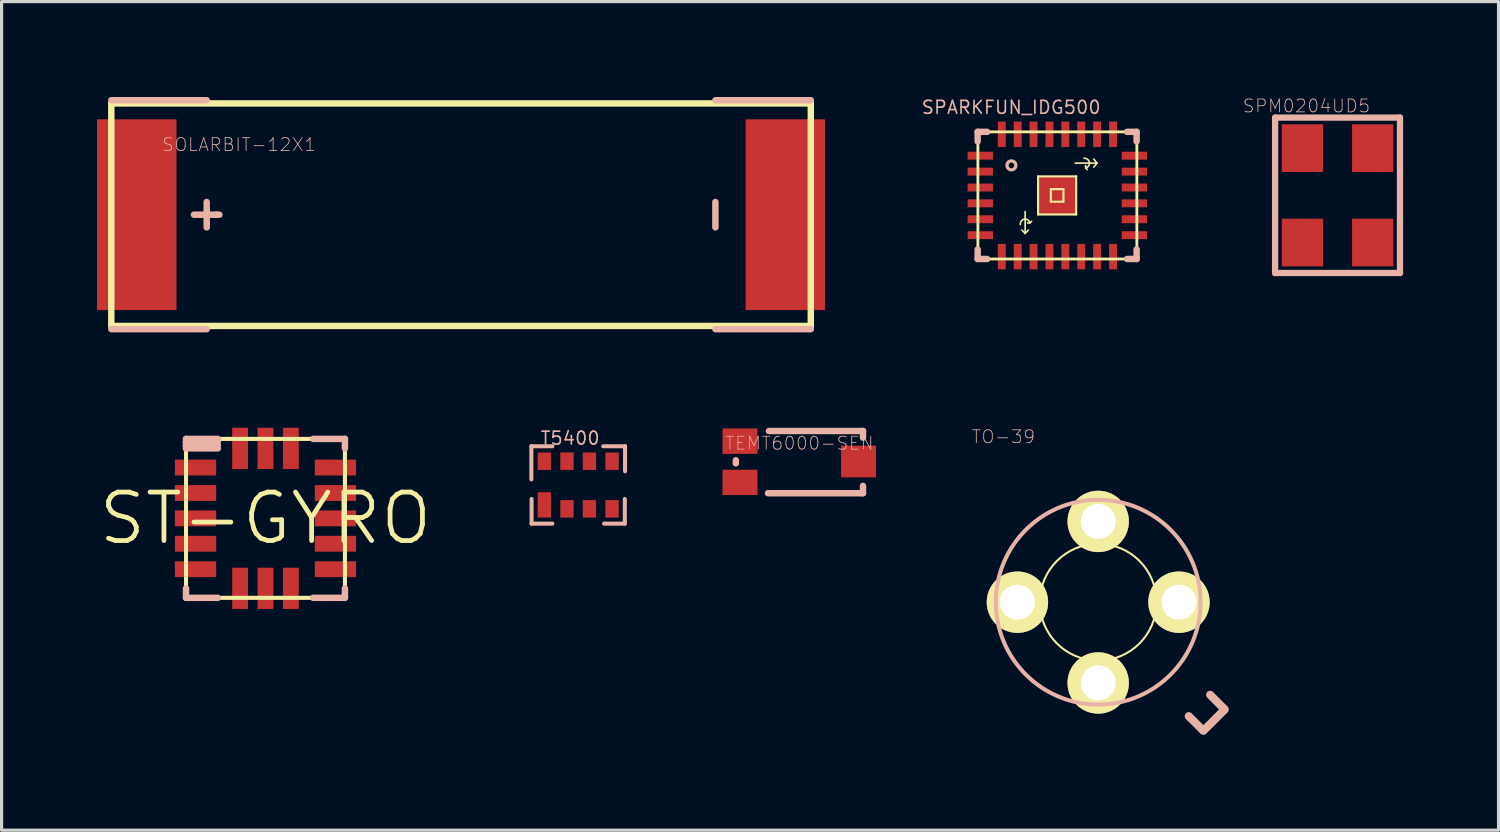
<source format=kicad_pcb>
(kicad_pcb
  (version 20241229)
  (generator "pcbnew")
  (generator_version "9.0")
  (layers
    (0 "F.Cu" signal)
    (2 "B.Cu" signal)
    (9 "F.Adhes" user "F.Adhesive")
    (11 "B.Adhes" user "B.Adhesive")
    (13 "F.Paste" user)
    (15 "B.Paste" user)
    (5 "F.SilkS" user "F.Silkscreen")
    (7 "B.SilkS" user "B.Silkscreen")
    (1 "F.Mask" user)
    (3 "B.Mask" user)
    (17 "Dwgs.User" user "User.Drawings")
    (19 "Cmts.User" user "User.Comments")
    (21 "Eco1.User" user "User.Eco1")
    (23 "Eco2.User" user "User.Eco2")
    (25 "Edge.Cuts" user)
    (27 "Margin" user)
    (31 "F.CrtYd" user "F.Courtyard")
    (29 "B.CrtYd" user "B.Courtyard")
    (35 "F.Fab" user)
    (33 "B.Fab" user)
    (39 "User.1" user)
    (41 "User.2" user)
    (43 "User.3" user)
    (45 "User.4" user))
  (footprint "TO-39"
    (layer "F.Cu")
    (at 31.483 15.886)
    (property "Reference" "TO-39" (at -2.982 -5.202 0) (layer "B.SilkS") (effects (font (size 0.406 0.406) (thickness 0.025))))
    (attr exclude_from_pos_files exclude_from_bom)
    (fp_line (start 2.847 3.584) (end 3.272 4.008) (stroke (width 0.127) (type solid)) (layer "F.SilkS"))
    (fp_line (start 3.52 2.913) (end 3.945 3.338) (stroke (width 0.127) (type solid)) (layer "F.SilkS"))
    (fp_line (start 3.98 3.373) (end 3.307 4.044) (stroke (width 0.127) (type solid)) (layer "F.SilkS"))
    (fp_circle (center -2.54 0) (end -3.048 0.508) (stroke (width 0) (type solid)) (fill yes) (layer "F.SilkS"))
    (fp_circle (center 0 -2.54) (end -0.508 -3.048) (stroke (width 0) (type solid)) (fill yes) (layer "F.SilkS"))
    (fp_circle (center 0 0) (end -2.273 2.273) (stroke (width 0.064) (type solid)) (fill no) (layer "F.SilkS"))
    (fp_circle (center 0 0) (end -1.298 1.298) (stroke (width 0.064) (type solid)) (fill no) (layer "F.SilkS"))
    (fp_circle (center 0 2.54) (end -0.508 3.048) (stroke (width 0) (type solid)) (fill yes) (layer "F.SilkS"))
    (fp_circle (center 2.54 0) (end 3.048 0.508) (stroke (width 0) (type solid)) (fill yes) (layer "F.SilkS"))
    (fp_line (start 2.847 3.584) (end 3.272 4.008) (stroke (width 0.254) (type solid)) (layer "B.SilkS"))
    (fp_line (start 3.52 2.913) (end 3.945 3.338) (stroke (width 0.254) (type solid)) (layer "B.SilkS"))
    (fp_line (start 3.98 3.373) (end 3.307 4.044) (stroke (width 0.254) (type solid)) (layer "B.SilkS"))
    (fp_circle (center 0 0) (end -2.276 2.276) (stroke (width 0.127) (type solid)) (fill no) (layer "B.SilkS"))
    (pad "1" thru_hole circle (at 2.54 0) (size 1.93 1.93) (drill 1.1) (layers "*.Cu" "F.Mask" "F.SilkS" "F.Paste"))
    (pad "2" thru_hole circle (at 0 -2.54) (size 1.93 1.93) (drill 1.1) (layers "*.Cu" "F.Mask" "F.SilkS" "F.Paste"))
    (pad "3" thru_hole circle (at -2.54 0) (size 1.93 1.93) (drill 1.1) (layers "*.Cu" "F.Mask" "F.SilkS" "F.Paste"))
    (pad "4" thru_hole circle (at 0 2.54) (size 1.93 1.93) (drill 1.1) (layers "*.Cu" "F.Mask" "F.SilkS" "F.Paste")))
  (footprint "SOLARBIT-12X1"
    (layer "F.Cu")
    (at 11.448 3.701)
    (property "Reference" "SOLARBIT-12X1" (at -6.982 -2.202 0) (layer "B.SilkS") (effects (font (size 0.406 0.406) (thickness 0.025))))
    (attr smd)
    (fp_line (start -10.998 -3.498) (end -10.998 3.498) (stroke (width 0.203) (type solid)) (layer "F.SilkS"))
    (fp_line (start -10.998 3.498) (end 10.998 3.498) (stroke (width 0.203) (type solid)) (layer "F.SilkS"))
    (fp_line (start 10.998 -3.498) (end -10.998 -3.498) (stroke (width 0.203) (type solid)) (layer "F.SilkS"))
    (fp_line (start 10.998 3.498) (end 10.998 -3.498) (stroke (width 0.203) (type solid)) (layer "F.SilkS"))
    (fp_line (start -10.998 -3.599) (end -7.998 -3.599) (stroke (width 0.203) (type solid)) (layer "B.SilkS"))
    (fp_line (start -10.998 3.599) (end -7.998 3.599) (stroke (width 0.203) (type solid)) (layer "B.SilkS"))
    (fp_line (start -8.4 0) (end -7.699 0) (stroke (width 0.203) (type solid)) (layer "B.SilkS"))
    (fp_line (start -7.998 -0.399) (end -7.998 0.399) (stroke (width 0.203) (type solid)) (layer "B.SilkS"))
    (fp_line (start -7.699 0) (end -7.6 0) (stroke (width 0.203) (type solid)) (layer "B.SilkS"))
    (fp_line (start 7.998 -3.599) (end 10.998 -3.599) (stroke (width 0.203) (type solid)) (layer "B.SilkS"))
    (fp_line (start 7.998 -0.399) (end 7.998 0.399) (stroke (width 0.203) (type solid)) (layer "B.SilkS"))
    (fp_line (start 7.998 3.599) (end 10.998 3.599) (stroke (width 0.203) (type solid)) (layer "B.SilkS"))
    (pad "+" smd rect (at -10.198 0 90) (size 5.999 2.499) (layers "F.Cu" "F.Mask" "F.Paste"))
    (pad "-" smd rect (at 10.198 0 90) (size 5.999 2.499) (layers "F.Cu" "F.Mask" "F.Paste")))
  (footprint "ST-GYRO"
    (layer "F.Cu")
    (at 5.298 13.25)
    (property "Reference" "ST-GYRO" (at 0 0 0) (layer "F.SilkS") (effects (font (size 1.524 1.524) (thickness 0.15))))
    (attr smd)
    (fp_line (start -2.499 -2.499) (end -2.499 2.499) (stroke (width 0.127) (type solid)) (layer "F.SilkS"))
    (fp_line (start -2.499 -2.499) (end 2.499 -2.499) (stroke (width 0.127) (type solid)) (layer "F.SilkS"))
    (fp_line (start -2.499 2.499) (end 2.499 2.499) (stroke (width 0.127) (type solid)) (layer "F.SilkS"))
    (fp_line (start 2.499 2.499) (end 2.499 -2.499) (stroke (width 0.127) (type solid)) (layer "F.SilkS"))
    (fp_line (start -2.499 -2.499) (end -1.499 -2.499) (stroke (width 0.203) (type solid)) (layer "B.SilkS"))
    (fp_line (start -2.499 -2.398) (end -2.499 -2.499) (stroke (width 0.203) (type solid)) (layer "B.SilkS"))
    (fp_line (start -2.499 -2.398) (end -1.499 -2.398) (stroke (width 0.203) (type solid)) (layer "B.SilkS"))
    (fp_line (start -2.499 -2.299) (end -2.499 -2.398) (stroke (width 0.203) (type solid)) (layer "B.SilkS"))
    (fp_line (start -2.499 -2.299) (end -1.499 -2.299) (stroke (width 0.203) (type solid)) (layer "B.SilkS"))
    (fp_line (start -2.499 -2.2) (end -2.499 -2.299) (stroke (width 0.203) (type solid)) (layer "B.SilkS"))
    (fp_line (start -2.499 -2.2) (end -1.499 -2.2) (stroke (width 0.203) (type solid)) (layer "B.SilkS"))
    (fp_line (start -2.499 2.499) (end -2.499 2.2) (stroke (width 0.203) (type solid)) (layer "B.SilkS"))
    (fp_line (start -2.499 2.499) (end -1.499 2.499) (stroke (width 0.203) (type solid)) (layer "B.SilkS"))
    (fp_line (start 2.499 -2.499) (end 1.499 -2.499) (stroke (width 0.203) (type solid)) (layer "B.SilkS"))
    (fp_line (start 2.499 -2.499) (end 2.499 -2.2) (stroke (width 0.203) (type solid)) (layer "B.SilkS"))
    (fp_line (start 2.499 2.499) (end 1.499 2.499) (stroke (width 0.203) (type solid)) (layer "B.SilkS"))
    (fp_line (start 2.499 2.499) (end 2.499 2.2) (stroke (width 0.203) (type solid)) (layer "B.SilkS"))
    (pad "1" smd rect (at -2.2 -1.598) (size 1.298 0.498) (layers "F.Cu" "F.Mask" "F.Paste"))
    (pad "2" smd rect (at -2.2 -0.798) (size 1.298 0.498) (layers "F.Cu" "F.Mask" "F.Paste"))
    (pad "3" smd rect (at -2.2 0) (size 1.298 0.498) (layers "F.Cu" "F.Mask" "F.Paste"))
    (pad "4" smd rect (at -2.2 0.798) (size 1.298 0.498) (layers "F.Cu" "F.Mask" "F.Paste"))
    (pad "5" smd rect (at -2.2 1.598 180) (size 1.298 0.498) (layers "F.Cu" "F.Mask" "F.Paste"))
    (pad "6" smd rect (at -0.798 2.2 90) (size 1.298 0.498) (layers "F.Cu" "F.Mask" "F.Paste"))
    (pad "7" smd rect (at 0 2.2 90) (size 1.298 0.498) (layers "F.Cu" "F.Mask" "F.Paste"))
    (pad "8" smd rect (at 0.798 2.2 90) (size 1.298 0.498) (layers "F.Cu" "F.Mask" "F.Paste"))
    (pad "9" smd rect (at 2.2 1.598) (size 1.298 0.498) (layers "F.Cu" "F.Mask" "F.Paste"))
    (pad "10" smd rect (at 2.2 0.798) (size 1.298 0.498) (layers "F.Cu" "F.Mask" "F.Paste"))
    (pad "11" smd rect (at 2.2 0) (size 1.298 0.498) (layers "F.Cu" "F.Mask" "F.Paste"))
    (pad "12" smd rect (at 2.2 -0.798) (size 1.298 0.498) (layers "F.Cu" "F.Mask" "F.Paste"))
    (pad "13" smd rect (at 2.2 -1.598) (size 1.298 0.498) (layers "F.Cu" "F.Mask" "F.Paste"))
    (pad "14" smd rect (at 0.798 -2.2 90) (size 1.298 0.498) (layers "F.Cu" "F.Mask" "F.Paste"))
    (pad "15" smd rect (at 0 -2.2 90) (size 1.298 0.498) (layers "F.Cu" "F.Mask" "F.Paste"))
    (pad "16" smd rect (at -0.798 -2.2 90) (size 1.298 0.498) (layers "F.Cu" "F.Mask" "F.Paste")))
  (footprint "T5400"
    (layer "F.Cu")
    (at 15.132 12.202)
    (property "Reference" "T5400" (at -0.254 -1.473 0) (layer "B.SilkS") (effects (font (size 0.406 0.406) (thickness 0.051))))
    (attr smd)
    (fp_line (start -1.473 -1.219) (end -1.473 -0.178) (stroke (width 0.127) (type solid)) (layer "B.SilkS"))
    (fp_line (start -1.473 -1.219) (end -0.813 -1.219) (stroke (width 0.127) (type solid)) (layer "B.SilkS"))
    (fp_line (start -1.466 1.214) (end -1.466 0.437) (stroke (width 0.127) (type solid)) (layer "B.SilkS"))
    (fp_line (start -1.466 1.214) (end -0.813 1.214) (stroke (width 0.127) (type solid)) (layer "B.SilkS"))
    (fp_line (start 0.787 -1.219) (end 1.473 -1.219) (stroke (width 0.127) (type solid)) (layer "B.SilkS"))
    (fp_line (start 1.466 1.214) (end 0.813 1.214) (stroke (width 0.127) (type solid)) (layer "B.SilkS"))
    (fp_line (start 1.466 1.214) (end 1.466 0.437) (stroke (width 0.127) (type solid)) (layer "B.SilkS"))
    (fp_line (start 1.473 -1.219) (end 1.473 -0.432) (stroke (width 0.127) (type solid)) (layer "B.SilkS"))
    (pad "1" smd rect (at -1.064 0.625) (size 0.419 0.798) (layers "F.Cu" "F.Mask" "F.Paste"))
    (pad "2" smd rect (at -0.353 0.749) (size 0.419 0.549) (layers "F.Cu" "F.Mask" "F.Paste"))
    (pad "3" smd rect (at 0.353 0.749) (size 0.419 0.549) (layers "F.Cu" "F.Mask" "F.Paste"))
    (pad "4" smd rect (at 1.064 0.749) (size 0.419 0.549) (layers "F.Cu" "F.Mask" "F.Paste"))
    (pad "5" smd rect (at 1.064 -0.749) (size 0.419 0.549) (layers "F.Cu" "F.Mask" "F.Paste"))
    (pad "6" smd rect (at 0.353 -0.749) (size 0.419 0.549) (layers "F.Cu" "F.Mask" "F.Paste"))
    (pad "7" smd rect (at -0.353 -0.749) (size 0.419 0.549) (layers "F.Cu" "F.Mask" "F.Paste"))
    (pad "8" smd rect (at -1.064 -0.749) (size 0.419 0.549) (layers "F.Cu" "F.Mask" "F.Paste")))
  (footprint "SPM0204UD5"
    (layer "F.Cu")
    (at 37.905 4.577)
    (property "Reference" "SPM0204UD5" (at 0.127 -4.295 0) (layer "B.SilkS") (effects (font (size 0.406 0.406) (thickness 0.025))))
    (attr smd)
    (fp_line (start -0.859 -3.929) (end 3.068 -3.929) (stroke (width 0.198) (type solid)) (layer "B.SilkS"))
    (fp_line (start -0.859 0.958) (end -0.859 -3.929) (stroke (width 0.198) (type solid)) (layer "B.SilkS"))
    (fp_line (start 3.068 -3.929) (end 3.068 0.958) (stroke (width 0.198) (type solid)) (layer "B.SilkS"))
    (fp_line (start 3.068 0.958) (end -0.859 0.958) (stroke (width 0.198) (type solid)) (layer "B.SilkS"))
    (pad "1" smd rect (at 2.21 -2.969) (size 1.298 1.499) (layers "F.Cu" "F.Mask" "F.Paste"))
    (pad "2" smd rect (at 2.21 0) (size 1.298 1.499) (layers "F.Cu" "F.Mask" "F.Paste"))
    (pad "3" smd rect (at 0 0) (size 1.298 1.499) (layers "F.Cu" "F.Mask" "F.Paste"))
    (pad "4" smd rect (at 0 -2.969) (size 1.298 1.499) (layers "F.Cu" "F.Mask" "F.Paste")))
  (footprint "SPARKFUN_IDG500"
    (layer "F.Cu")
    (at 30.192 3.095)
    (property "Reference" "SPARKFUN_IDG500" (at -1.445 -2.769 0) (layer "B.SilkS") (effects (font (size 0.406 0.406) (thickness 0.051))))
    (attr smd)
    (fp_line (start -2.492 -1.999) (end -2.492 1.999) (stroke (width 0.089) (type solid)) (layer "F.SilkS"))
    (fp_line (start -2.492 1.999) (end 2.507 1.999) (stroke (width 0.089) (type solid)) (layer "F.SilkS"))
    (fp_line (start -1.006 0.508) (end -1.006 1.194) (stroke (width 0.051) (type solid)) (layer "F.SilkS"))
    (fp_line (start -1.006 1.194) (end -1.107 1.09) (stroke (width 0.051) (type solid)) (layer "F.SilkS"))
    (fp_line (start -1.006 1.194) (end -0.904 1.09) (stroke (width 0.051) (type solid)) (layer "F.SilkS"))
    (fp_line (start -0.853 0.864) (end -0.93 0.864) (stroke (width 0.051) (type solid)) (layer "F.SilkS"))
    (fp_line (start -0.853 0.864) (end -0.803 0.813) (stroke (width 0.051) (type solid)) (layer "F.SilkS"))
    (fp_line (start -0.599 -0.599) (end 0.599 -0.599) (stroke (width 0.066) (type solid)) (layer "F.SilkS"))
    (fp_line (start -0.599 0.599) (end -0.599 -0.599) (stroke (width 0.066) (type solid)) (layer "F.SilkS"))
    (fp_line (start -0.599 0.599) (end 0.599 0.599) (stroke (width 0.066) (type solid)) (layer "F.SilkS"))
    (fp_line (start -0.198 -0.198) (end 0.198 -0.198) (stroke (width 0.066) (type solid)) (layer "F.SilkS"))
    (fp_line (start -0.198 0.198) (end -0.198 -0.198) (stroke (width 0.066) (type solid)) (layer "F.SilkS"))
    (fp_line (start -0.198 0.198) (end 0.198 0.198) (stroke (width 0.066) (type solid)) (layer "F.SilkS"))
    (fp_line (start 0.198 0.198) (end 0.198 -0.198) (stroke (width 0.066) (type solid)) (layer "F.SilkS"))
    (fp_line (start 0.599 0.599) (end 0.599 -0.599) (stroke (width 0.066) (type solid)) (layer "F.SilkS"))
    (fp_line (start 0.897 -0.864) (end 0.897 -0.94) (stroke (width 0.051) (type solid)) (layer "F.SilkS"))
    (fp_line (start 0.897 -0.864) (end 0.947 -0.813) (stroke (width 0.051) (type solid)) (layer "F.SilkS"))
    (fp_line (start 1.151 -1.143) (end 1.252 -1.016) (stroke (width 0.051) (type solid)) (layer "F.SilkS"))
    (fp_line (start 1.252 -1.016) (end 0.566 -1.016) (stroke (width 0.051) (type solid)) (layer "F.SilkS"))
    (fp_line (start 1.252 -1.016) (end 1.151 -0.889) (stroke (width 0.051) (type solid)) (layer "F.SilkS"))
    (fp_line (start 2.507 -1.999) (end -2.492 -1.999) (stroke (width 0.089) (type solid)) (layer "F.SilkS"))
    (fp_line (start 2.507 1.999) (end 2.507 -1.999) (stroke (width 0.089) (type solid)) (layer "F.SilkS"))
    (fp_arc (start -1.15824 0.9144) (mid -1.033647 0.748545) (end -0.858045 0.858976) (stroke (width 0.0508) (type solid)) (layer "F.SilkS"))
    (fp_arc (start 0.84582 -1.1684) (mid 1.011854 -1.03908) (end 0.896881 -0.862808) (stroke (width 0.0508) (type solid)) (layer "F.SilkS"))
    (fp_circle (center -1.438 -0.945) (end -1.537 -1.044) (stroke (width 0.043) (type solid)) (fill no) (layer "F.SilkS"))
    (fp_line (start -2.499 -1.999) (end -2.499 -1.699) (stroke (width 0.203) (type solid)) (layer "B.SilkS"))
    (fp_line (start -2.499 -1.999) (end -2.2 -1.999) (stroke (width 0.203) (type solid)) (layer "B.SilkS"))
    (fp_line (start -2.499 1.999) (end -2.499 1.699) (stroke (width 0.203) (type solid)) (layer "B.SilkS"))
    (fp_line (start -2.499 1.999) (end -2.2 1.999) (stroke (width 0.203) (type solid)) (layer "B.SilkS"))
    (fp_line (start 2.499 -1.999) (end 2.2 -1.999) (stroke (width 0.203) (type solid)) (layer "B.SilkS"))
    (fp_line (start 2.499 -1.999) (end 2.499 -1.699) (stroke (width 0.203) (type solid)) (layer "B.SilkS"))
    (fp_line (start 2.499 1.999) (end 2.2 1.999) (stroke (width 0.203) (type solid)) (layer "B.SilkS"))
    (fp_line (start 2.499 1.999) (end 2.499 1.699) (stroke (width 0.203) (type solid)) (layer "B.SilkS"))
    (fp_circle (center -1.438 -0.945) (end -1.537 -1.044) (stroke (width 0.102) (type solid)) (fill no) (layer "B.SilkS"))
    (pad "1" smd rect (at -2.416 -1.25 270) (size 0.249 0.798) (layers "F.Cu" "F.Mask" "F.Paste"))
    (pad "2" smd rect (at -2.416 -0.749 270) (size 0.249 0.798) (layers "F.Cu" "F.Mask" "F.Paste"))
    (pad "3" smd rect (at -2.416 -0.249 270) (size 0.249 0.798) (layers "F.Cu" "F.Mask" "F.Paste"))
    (pad "4" smd rect (at -2.416 0.249 270) (size 0.249 0.798) (layers "F.Cu" "F.Mask" "F.Paste"))
    (pad "5" smd rect (at -2.416 0.749 270) (size 0.249 0.798) (layers "F.Cu" "F.Mask" "F.Paste"))
    (pad "6" smd rect (at -2.416 1.25 270) (size 0.249 0.798) (layers "F.Cu" "F.Mask" "F.Paste"))
    (pad "7" smd rect (at -1.74 1.923) (size 0.249 0.798) (layers "F.Cu" "F.Mask" "F.Paste"))
    (pad "8" smd rect (at -1.24 1.923) (size 0.249 0.798) (layers "F.Cu" "F.Mask" "F.Paste"))
    (pad "9" smd rect (at -0.742 1.923) (size 0.249 0.798) (layers "F.Cu" "F.Mask" "F.Paste"))
    (pad "10" smd rect (at -0.241 1.923) (size 0.249 0.798) (layers "F.Cu" "F.Mask" "F.Paste"))
    (pad "11" smd rect (at 0.257 1.923) (size 0.249 0.798) (layers "F.Cu" "F.Mask" "F.Paste"))
    (pad "12" smd rect (at 0.757 1.923) (size 0.249 0.798) (layers "F.Cu" "F.Mask" "F.Paste"))
    (pad "13" smd rect (at 1.257 1.923) (size 0.249 0.798) (layers "F.Cu" "F.Mask" "F.Paste"))
    (pad "14" smd rect (at 1.758 1.923) (size 0.249 0.798) (layers "F.Cu" "F.Mask" "F.Paste"))
    (pad "15" smd rect (at 2.431 1.25 90) (size 0.249 0.798) (layers "F.Cu" "F.Mask" "F.Paste"))
    (pad "16" smd rect (at 2.431 0.749 90) (size 0.249 0.798) (layers "F.Cu" "F.Mask" "F.Paste"))
    (pad "17" smd rect (at 2.431 0.249 90) (size 0.249 0.798) (layers "F.Cu" "F.Mask" "F.Paste"))
    (pad "18" smd rect (at 2.431 -0.249 90) (size 0.249 0.798) (layers "F.Cu" "F.Mask" "F.Paste"))
    (pad "19" smd rect (at 2.431 -0.749 90) (size 0.249 0.798) (layers "F.Cu" "F.Mask" "F.Paste"))
    (pad "20" smd rect (at 2.431 -1.25 90) (size 0.249 0.798) (layers "F.Cu" "F.Mask" "F.Paste"))
    (pad "21" smd rect (at 1.758 -1.923 180) (size 0.249 0.798) (layers "F.Cu" "F.Mask" "F.Paste"))
    (pad "22" smd rect (at 1.257 -1.923 180) (size 0.249 0.798) (layers "F.Cu" "F.Mask" "F.Paste"))
    (pad "23" smd rect (at 0.757 -1.923 180) (size 0.249 0.798) (layers "F.Cu" "F.Mask" "F.Paste"))
    (pad "24" smd rect (at 0.257 -1.923 180) (size 0.249 0.798) (layers "F.Cu" "F.Mask" "F.Paste"))
    (pad "25" smd rect (at -0.241 -1.923 180) (size 0.249 0.798) (layers "F.Cu" "F.Mask" "F.Paste"))
    (pad "26" smd rect (at -0.742 -1.923 180) (size 0.249 0.798) (layers "F.Cu" "F.Mask" "F.Paste"))
    (pad "27" smd rect (at -1.24 -1.923 180) (size 0.249 0.798) (layers "F.Cu" "F.Mask" "F.Paste"))
    (pad "28" smd rect (at -1.74 -1.923 180) (size 0.249 0.798) (layers "F.Cu" "F.Mask" "F.Paste"))
    (pad "NC" smd rect (at 0 0) (size 1.199 1.199) (layers "F.Cu" "F.Mask" "F.Paste")))
  (footprint "TEMT6000-SEN"
    (layer "F.Cu")
    (at 22.088 11.471)
    (property "Reference" "TEMT6000-SEN" (at 0 -0.584 0) (layer "B.SilkS") (effects (font (size 0.406 0.406) (thickness 0.025))))
    (attr smd)
    (fp_line (start -1.999 0.048) (end -1.999 -0.048) (stroke (width 0.203) (type solid)) (layer "B.SilkS"))
    (fp_line (start 1.999 -0.968) (end -0.958 -0.968) (stroke (width 0.203) (type solid)) (layer "B.SilkS"))
    (fp_line (start 1.999 -0.759) (end 1.999 -0.968) (stroke (width 0.203) (type solid)) (layer "B.SilkS"))
    (fp_line (start 1.999 0.759) (end 1.999 0.988) (stroke (width 0.203) (type solid)) (layer "B.SilkS"))
    (fp_line (start 1.999 0.988) (end -0.988 0.988) (stroke (width 0.203) (type solid)) (layer "B.SilkS"))
    (pad "BASE" smd rect (at -1.869 0.648) (size 1.1 0.798) (layers "F.Cu" "F.Mask" "F.Paste"))
    (pad "COLL" smd rect (at 1.859 -0.008) (size 1.1 0.998) (layers "F.Cu" "F.Mask" "F.Paste"))
    (pad "EMIT" smd rect (at -1.869 -0.648) (size 1.1 0.798) (layers "F.Cu" "F.Mask" "F.Paste")))
  (gr_rect
    (start -3 -3)
    (end 44.072 23.056)
    (stroke (width 0.1) (type default))
    (fill no)
    (layer "Edge.Cuts")))
</source>
